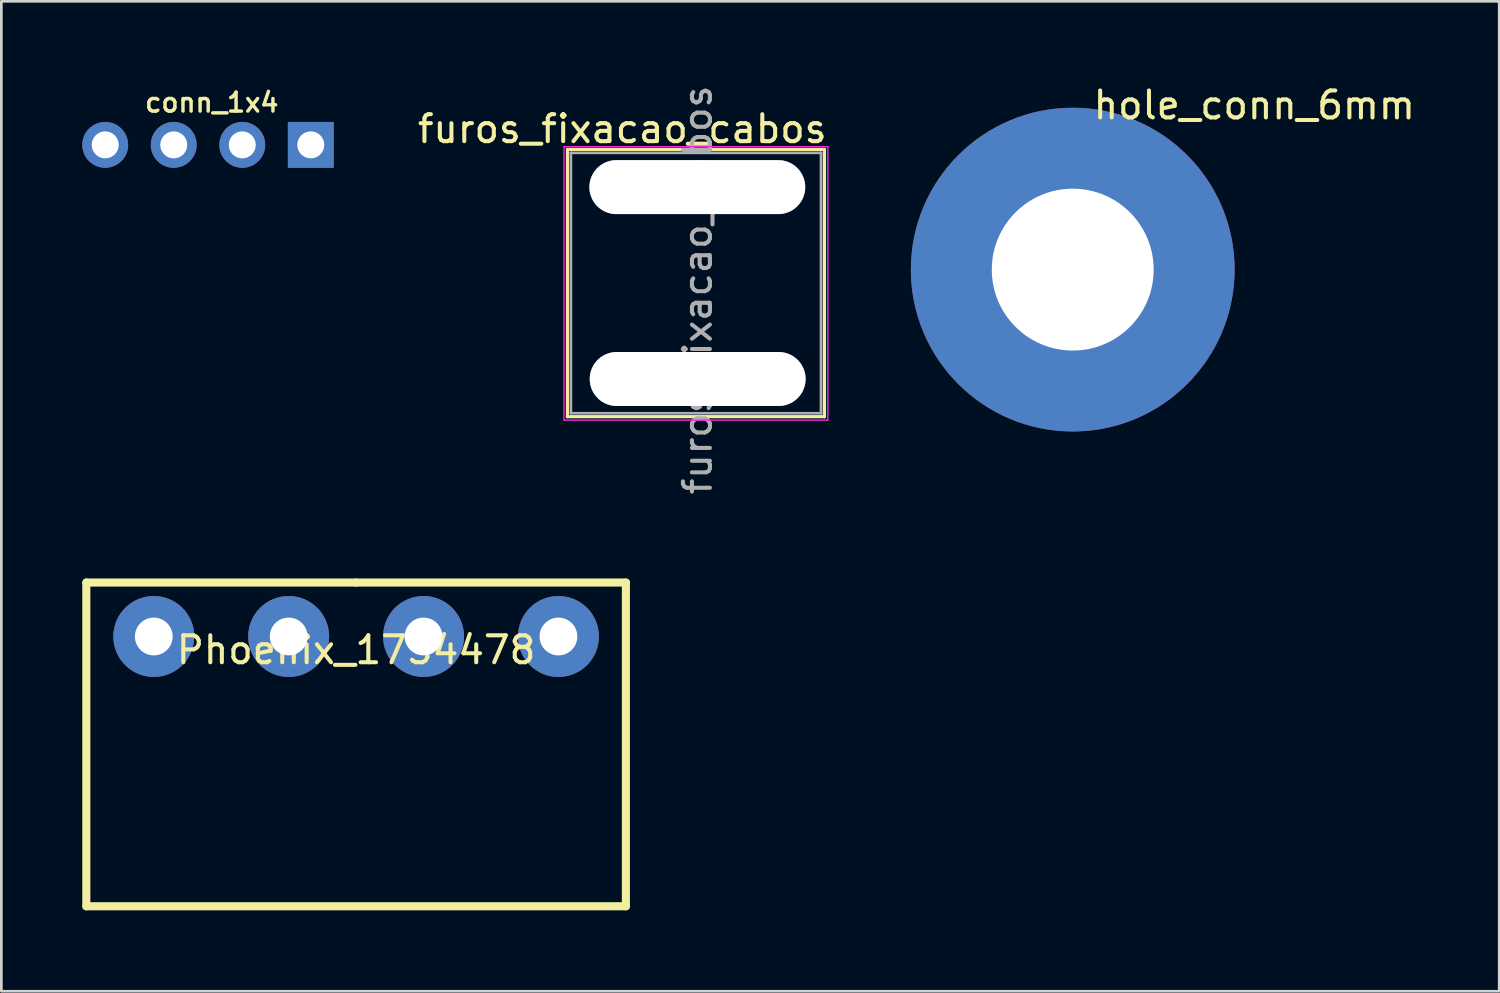
<source format=kicad_pcb>
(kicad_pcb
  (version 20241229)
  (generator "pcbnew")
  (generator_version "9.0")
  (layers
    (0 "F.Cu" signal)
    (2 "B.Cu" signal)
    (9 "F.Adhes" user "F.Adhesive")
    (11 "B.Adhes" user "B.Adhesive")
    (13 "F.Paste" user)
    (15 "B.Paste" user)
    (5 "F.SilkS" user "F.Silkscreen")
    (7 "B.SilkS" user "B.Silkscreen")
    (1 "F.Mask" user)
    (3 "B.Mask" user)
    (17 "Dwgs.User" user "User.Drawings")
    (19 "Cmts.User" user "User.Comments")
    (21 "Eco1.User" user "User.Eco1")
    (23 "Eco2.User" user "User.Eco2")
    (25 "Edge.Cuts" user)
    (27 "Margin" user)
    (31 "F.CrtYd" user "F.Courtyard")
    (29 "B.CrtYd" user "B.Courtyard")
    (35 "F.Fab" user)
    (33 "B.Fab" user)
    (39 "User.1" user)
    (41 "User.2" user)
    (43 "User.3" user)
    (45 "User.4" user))
  (footprint "furos_fixacao_cabos"
    (layer "F.Cu")
    (at 22.81 6.426)
    (property "Reference" "furos_fixacao_cabos" (at -2.794 -4.699 0) (layer "F.SilkS") (effects (font (size 1 1) (thickness 0.15))))
    (attr through_hole)
    (fp_line (start -4.826 -3.937) (end -4.826 5.969) (stroke (width 0.12) (type solid)) (layer "F.SilkS"))
    (fp_line (start -4.826 5.969) (end 4.699 5.969) (stroke (width 0.12) (type solid)) (layer "F.SilkS"))
    (fp_line (start 4.699 -3.937) (end -4.826 -3.937) (stroke (width 0.12) (type solid)) (layer "F.SilkS"))
    (fp_line (start 4.699 5.969) (end 4.699 -3.937) (stroke (width 0.12) (type solid)) (layer "F.SilkS"))
    (fp_line (start -4.953 -4.039) (end -4.953 6.096) (stroke (width 0.05) (type solid)) (layer "F.CrtYd"))
    (fp_line (start -4.953 6.096) (end 4.826 6.096) (stroke (width 0.05) (type solid)) (layer "F.CrtYd"))
    (fp_line (start 4.826 -4.039) (end -4.953 -4.039) (stroke (width 0.05) (type solid)) (layer "F.CrtYd"))
    (fp_line (start 4.826 6.096) (end 4.826 -4.039) (stroke (width 0.05) (type solid)) (layer "F.CrtYd"))
    (fp_line (start -4.699 -3.81) (end 4.572 -3.81) (stroke (width 0.1) (type solid)) (layer "F.Fab"))
    (fp_line (start -4.699 5.842) (end -4.699 -3.81) (stroke (width 0.1) (type solid)) (layer "F.Fab"))
    (fp_line (start 4.572 -3.81) (end 4.572 5.842) (stroke (width 0.1) (type solid)) (layer "F.Fab"))
    (fp_line (start 4.572 5.842) (end -4.699 5.842) (stroke (width 0.1) (type solid)) (layer "F.Fab"))
    (fp_text user "${REFERENCE}" (at 0 1.27 90) (layer "F.Fab") (effects (font (size 1 1) (thickness 0.15))))
    (pad "1" thru_hole oval (at -0.013 -2.54 90) (size 2 8) (drill oval 2 8) (layers "*.Cu" "*.Mask"))
    (pad "2" thru_hole oval (at 0 4.572 90) (size 2 8) (drill oval 2 8) (layers "*.Cu" "*.Mask")))
  (footprint "Phoenix_1754478"
    (layer "F.Cu")
    (at 10.15 20.543)
    (property "Reference" "Phoenix_1754478" (at 0 0.5 0) (layer "F.SilkS") (effects (font (size 1 1) (thickness 0.15))))
    (attr through_hole)
    (fp_line (start -10 -2) (end 0 -2) (stroke (width 0.3) (type solid)) (layer "F.SilkS"))
    (fp_line (start -10 10) (end -10 -2) (stroke (width 0.3) (type solid)) (layer "F.SilkS"))
    (fp_line (start 0 -2) (end 10 -2) (stroke (width 0.3) (type solid)) (layer "F.SilkS"))
    (fp_line (start 10 -2) (end 10 10) (stroke (width 0.3) (type solid)) (layer "F.SilkS"))
    (fp_line (start 10 10) (end -10 10) (stroke (width 0.3) (type solid)) (layer "F.SilkS"))
    (pad "1" thru_hole circle (at -7.5 0) (size 3 3) (drill 1.4) (layers "*.Cu" "*.Mask"))
    (pad "2" thru_hole circle (at -2.5 0) (size 3 3) (drill 1.4) (layers "*.Cu" "*.Mask"))
    (pad "3" thru_hole circle (at 2.5 0) (size 3 3) (drill 1.4) (layers "*.Cu" "*.Mask"))
    (pad "4" thru_hole circle (at 7.5 0) (size 3 3) (drill 1.4) (layers "*.Cu" "*.Mask")))
  (footprint "conn_1x4"
    (layer "F.Cu")
    (at 4.8 0.25)
    (property "Reference" "conn_1x4" (at 0 0.5 0) (layer "F.SilkS") (effects (font (size 0.7 0.7) (thickness 0.127))))
    (attr through_hole)
    (pad "1" thru_hole rect (at 3.67 2.07 270) (size 1.7 1.7) (drill 1) (layers "*.Cu" "*.Mask"))
    (pad "2" thru_hole oval (at 1.13 2.07 270) (size 1.7 1.7) (drill 1) (layers "*.Cu" "*.Mask"))
    (pad "3" thru_hole oval (at -1.41 2.07 270) (size 1.7 1.7) (drill 1) (layers "*.Cu" "*.Mask"))
    (pad "4" thru_hole oval (at -3.95 2.07 270) (size 1.7 1.7) (drill 1) (layers "*.Cu" "*.Mask")))
  (footprint "hole_conn_6mm"
    (layer "F.Cu")
    (at 36.713 6.944)
    (property "Reference" "hole_conn_6mm" (at 6.731 -6.096 0) (layer "F.SilkS") (effects (font (size 1 1) (thickness 0.15))))
    (attr through_hole)
    (pad "1" thru_hole circle (at 0 0) (size 12 12) (drill 6) (layers "*.Cu" "*.Mask")))
  (gr_rect
    (start -3 -3)
    (end 52.521 33.693)
    (stroke (width 0.1) (type default))
    (fill no)
    (layer "Edge.Cuts")))
</source>
